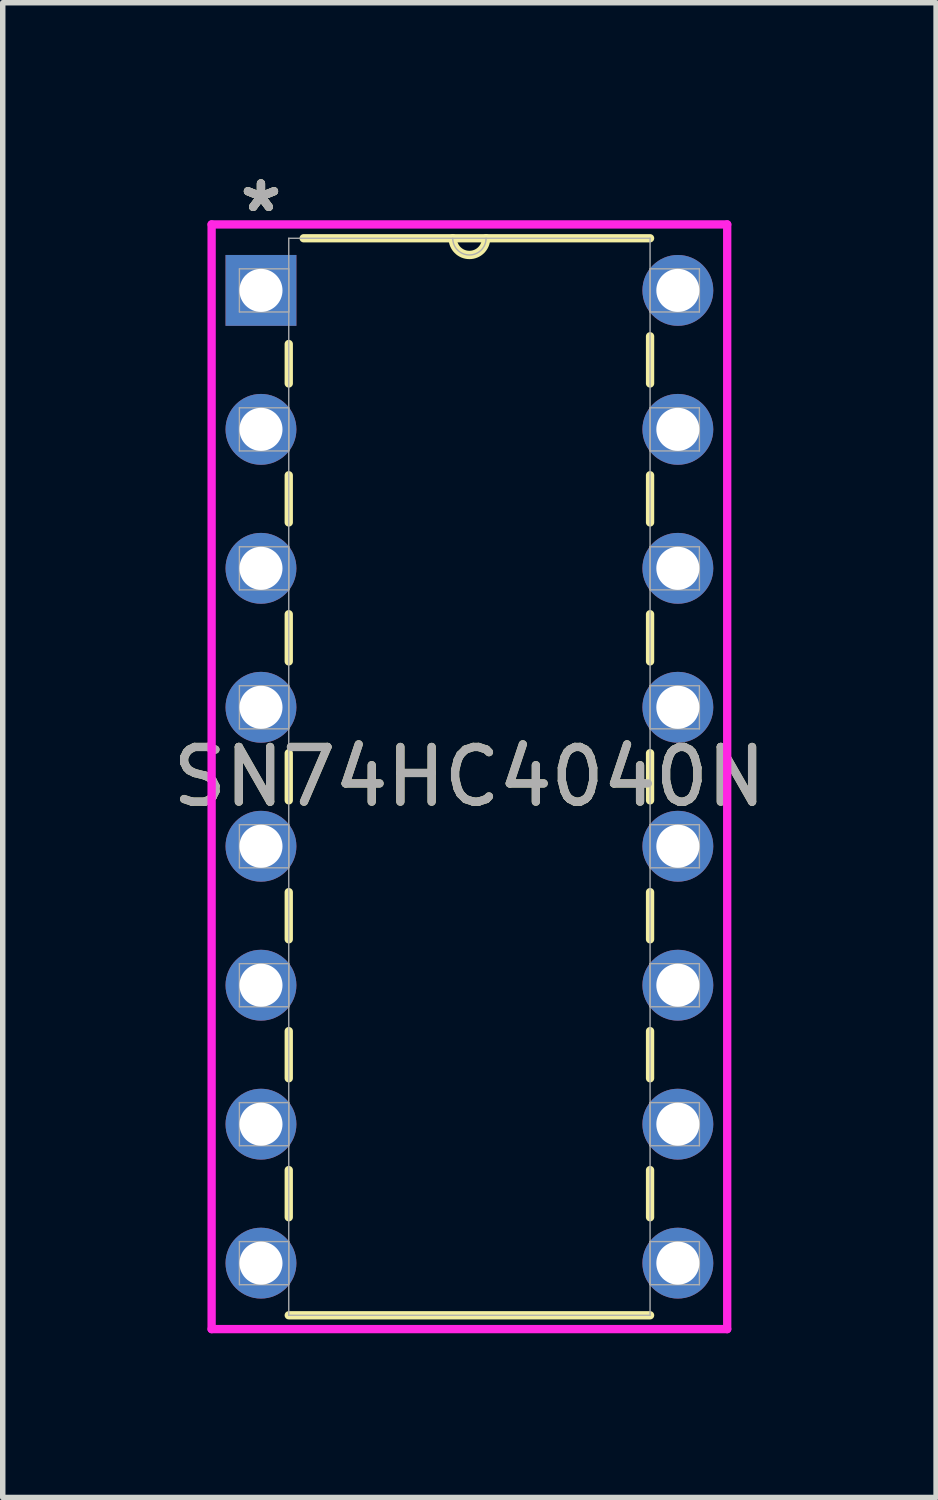
<source format=kicad_pcb>
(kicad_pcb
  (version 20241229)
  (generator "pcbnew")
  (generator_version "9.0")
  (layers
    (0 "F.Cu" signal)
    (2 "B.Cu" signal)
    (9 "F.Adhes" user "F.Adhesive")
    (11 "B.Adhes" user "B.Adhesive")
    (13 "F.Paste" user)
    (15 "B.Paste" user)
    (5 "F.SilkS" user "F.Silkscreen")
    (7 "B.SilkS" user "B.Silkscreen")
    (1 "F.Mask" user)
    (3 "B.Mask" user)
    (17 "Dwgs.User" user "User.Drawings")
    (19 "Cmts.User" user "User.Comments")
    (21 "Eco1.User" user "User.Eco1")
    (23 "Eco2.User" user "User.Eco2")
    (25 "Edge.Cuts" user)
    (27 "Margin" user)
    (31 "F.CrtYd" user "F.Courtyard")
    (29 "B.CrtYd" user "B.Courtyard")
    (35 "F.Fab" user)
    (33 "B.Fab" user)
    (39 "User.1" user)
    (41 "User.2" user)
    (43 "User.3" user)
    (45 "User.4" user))
  (footprint "SN74HC4040N"
    (layer "F.Cu")
    (at 9.34 20.038)
    (property "Reference" "SN74HC4040N" (at -3.81 -8.89 0) (unlocked yes) (layer "F.SilkS") (effects (font (size 1 1) (thickness 0.15))))
    (attr through_hole)
    (fp_line (start -7.112 -16.8) (end -7.112 -16.079) (stroke (width 0.152) (type solid)) (layer "F.SilkS"))
    (fp_line (start -7.112 -14.401) (end -7.112 -13.539) (stroke (width 0.152) (type solid)) (layer "F.SilkS"))
    (fp_line (start -7.112 -11.861) (end -7.112 -10.999) (stroke (width 0.152) (type solid)) (layer "F.SilkS"))
    (fp_line (start -7.112 -9.321) (end -7.112 -8.459) (stroke (width 0.152) (type solid)) (layer "F.SilkS"))
    (fp_line (start -7.112 -6.781) (end -7.112 -5.919) (stroke (width 0.152) (type solid)) (layer "F.SilkS"))
    (fp_line (start -7.112 -4.241) (end -7.112 -3.379) (stroke (width 0.152) (type solid)) (layer "F.SilkS"))
    (fp_line (start -7.112 -1.701) (end -7.112 -0.839) (stroke (width 0.152) (type solid)) (layer "F.SilkS"))
    (fp_line (start -7.112 0.953) (end -0.508 0.953) (stroke (width 0.152) (type solid)) (layer "F.SilkS"))
    (fp_line (start -0.508 -18.733) (end -6.839 -18.733) (stroke (width 0.152) (type solid)) (layer "F.SilkS"))
    (fp_line (start -0.508 -16.079) (end -0.508 -16.941) (stroke (width 0.152) (type solid)) (layer "F.SilkS"))
    (fp_line (start -0.508 -13.539) (end -0.508 -14.401) (stroke (width 0.152) (type solid)) (layer "F.SilkS"))
    (fp_line (start -0.508 -10.999) (end -0.508 -11.861) (stroke (width 0.152) (type solid)) (layer "F.SilkS"))
    (fp_line (start -0.508 -8.459) (end -0.508 -9.321) (stroke (width 0.152) (type solid)) (layer "F.SilkS"))
    (fp_line (start -0.508 -5.919) (end -0.508 -6.781) (stroke (width 0.152) (type solid)) (layer "F.SilkS"))
    (fp_line (start -0.508 -3.379) (end -0.508 -4.241) (stroke (width 0.152) (type solid)) (layer "F.SilkS"))
    (fp_line (start -0.508 -0.839) (end -0.508 -1.701) (stroke (width 0.152) (type solid)) (layer "F.SilkS"))
    (fp_arc (start -3.5052 -18.7325) (mid -3.81 -18.4277) (end -4.1148 -18.7325) (stroke (width 0.1524) (type solid)) (layer "F.SilkS"))
    (fp_line (start -8.522 -18.986) (end -8.522 1.206) (stroke (width 0.152) (type solid)) (layer "F.CrtYd"))
    (fp_line (start -8.522 1.206) (end 0.902 1.206) (stroke (width 0.152) (type solid)) (layer "F.CrtYd"))
    (fp_line (start 0.902 -18.986) (end -8.522 -18.986) (stroke (width 0.152) (type solid)) (layer "F.CrtYd"))
    (fp_line (start 0.902 1.206) (end 0.902 -18.986) (stroke (width 0.152) (type solid)) (layer "F.CrtYd"))
    (fp_line (start -8.014 -18.174) (end -8.014 -17.386) (stroke (width 0.025) (type solid)) (layer "F.Fab"))
    (fp_line (start -8.014 -17.386) (end -7.112 -17.386) (stroke (width 0.025) (type solid)) (layer "F.Fab"))
    (fp_line (start -8.014 -15.634) (end -8.014 -14.846) (stroke (width 0.025) (type solid)) (layer "F.Fab"))
    (fp_line (start -8.014 -14.846) (end -7.112 -14.846) (stroke (width 0.025) (type solid)) (layer "F.Fab"))
    (fp_line (start -8.014 -13.094) (end -8.014 -12.306) (stroke (width 0.025) (type solid)) (layer "F.Fab"))
    (fp_line (start -8.014 -12.306) (end -7.112 -12.306) (stroke (width 0.025) (type solid)) (layer "F.Fab"))
    (fp_line (start -8.014 -10.554) (end -8.014 -9.766) (stroke (width 0.025) (type solid)) (layer "F.Fab"))
    (fp_line (start -8.014 -9.766) (end -7.112 -9.766) (stroke (width 0.025) (type solid)) (layer "F.Fab"))
    (fp_line (start -8.014 -8.014) (end -8.014 -7.226) (stroke (width 0.025) (type solid)) (layer "F.Fab"))
    (fp_line (start -8.014 -7.226) (end -7.112 -7.226) (stroke (width 0.025) (type solid)) (layer "F.Fab"))
    (fp_line (start -8.014 -5.474) (end -8.014 -4.686) (stroke (width 0.025) (type solid)) (layer "F.Fab"))
    (fp_line (start -8.014 -4.686) (end -7.112 -4.686) (stroke (width 0.025) (type solid)) (layer "F.Fab"))
    (fp_line (start -8.014 -2.934) (end -8.014 -2.146) (stroke (width 0.025) (type solid)) (layer "F.Fab"))
    (fp_line (start -8.014 -2.146) (end -7.112 -2.146) (stroke (width 0.025) (type solid)) (layer "F.Fab"))
    (fp_line (start -8.014 -0.394) (end -8.014 0.394) (stroke (width 0.025) (type solid)) (layer "F.Fab"))
    (fp_line (start -8.014 0.394) (end -7.112 0.394) (stroke (width 0.025) (type solid)) (layer "F.Fab"))
    (fp_line (start -7.112 -18.733) (end -7.112 0.953) (stroke (width 0.025) (type solid)) (layer "F.Fab"))
    (fp_line (start -7.112 -18.174) (end -8.014 -18.174) (stroke (width 0.025) (type solid)) (layer "F.Fab"))
    (fp_line (start -7.112 -17.386) (end -7.112 -18.174) (stroke (width 0.025) (type solid)) (layer "F.Fab"))
    (fp_line (start -7.112 -15.634) (end -8.014 -15.634) (stroke (width 0.025) (type solid)) (layer "F.Fab"))
    (fp_line (start -7.112 -14.846) (end -7.112 -15.634) (stroke (width 0.025) (type solid)) (layer "F.Fab"))
    (fp_line (start -7.112 -13.094) (end -8.014 -13.094) (stroke (width 0.025) (type solid)) (layer "F.Fab"))
    (fp_line (start -7.112 -12.306) (end -7.112 -13.094) (stroke (width 0.025) (type solid)) (layer "F.Fab"))
    (fp_line (start -7.112 -10.554) (end -8.014 -10.554) (stroke (width 0.025) (type solid)) (layer "F.Fab"))
    (fp_line (start -7.112 -9.766) (end -7.112 -10.554) (stroke (width 0.025) (type solid)) (layer "F.Fab"))
    (fp_line (start -7.112 -8.014) (end -8.014 -8.014) (stroke (width 0.025) (type solid)) (layer "F.Fab"))
    (fp_line (start -7.112 -7.226) (end -7.112 -8.014) (stroke (width 0.025) (type solid)) (layer "F.Fab"))
    (fp_line (start -7.112 -5.474) (end -8.014 -5.474) (stroke (width 0.025) (type solid)) (layer "F.Fab"))
    (fp_line (start -7.112 -4.686) (end -7.112 -5.474) (stroke (width 0.025) (type solid)) (layer "F.Fab"))
    (fp_line (start -7.112 -2.934) (end -8.014 -2.934) (stroke (width 0.025) (type solid)) (layer "F.Fab"))
    (fp_line (start -7.112 -2.146) (end -7.112 -2.934) (stroke (width 0.025) (type solid)) (layer "F.Fab"))
    (fp_line (start -7.112 -0.394) (end -8.014 -0.394) (stroke (width 0.025) (type solid)) (layer "F.Fab"))
    (fp_line (start -7.112 0.394) (end -7.112 -0.394) (stroke (width 0.025) (type solid)) (layer "F.Fab"))
    (fp_line (start -7.112 0.953) (end -0.508 0.953) (stroke (width 0.025) (type solid)) (layer "F.Fab"))
    (fp_line (start -0.508 -18.733) (end -7.112 -18.733) (stroke (width 0.025) (type solid)) (layer "F.Fab"))
    (fp_line (start -0.508 -18.174) (end -0.508 -17.386) (stroke (width 0.025) (type solid)) (layer "F.Fab"))
    (fp_line (start -0.508 -17.386) (end 0.394 -17.386) (stroke (width 0.025) (type solid)) (layer "F.Fab"))
    (fp_line (start -0.508 -15.634) (end -0.508 -14.846) (stroke (width 0.025) (type solid)) (layer "F.Fab"))
    (fp_line (start -0.508 -14.846) (end 0.394 -14.846) (stroke (width 0.025) (type solid)) (layer "F.Fab"))
    (fp_line (start -0.508 -13.094) (end -0.508 -12.306) (stroke (width 0.025) (type solid)) (layer "F.Fab"))
    (fp_line (start -0.508 -12.306) (end 0.394 -12.306) (stroke (width 0.025) (type solid)) (layer "F.Fab"))
    (fp_line (start -0.508 -10.554) (end -0.508 -9.766) (stroke (width 0.025) (type solid)) (layer "F.Fab"))
    (fp_line (start -0.508 -9.766) (end 0.394 -9.766) (stroke (width 0.025) (type solid)) (layer "F.Fab"))
    (fp_line (start -0.508 -8.014) (end -0.508 -7.226) (stroke (width 0.025) (type solid)) (layer "F.Fab"))
    (fp_line (start -0.508 -7.226) (end 0.394 -7.226) (stroke (width 0.025) (type solid)) (layer "F.Fab"))
    (fp_line (start -0.508 -5.474) (end -0.508 -4.686) (stroke (width 0.025) (type solid)) (layer "F.Fab"))
    (fp_line (start -0.508 -4.686) (end 0.394 -4.686) (stroke (width 0.025) (type solid)) (layer "F.Fab"))
    (fp_line (start -0.508 -2.934) (end -0.508 -2.146) (stroke (width 0.025) (type solid)) (layer "F.Fab"))
    (fp_line (start -0.508 -2.146) (end 0.394 -2.146) (stroke (width 0.025) (type solid)) (layer "F.Fab"))
    (fp_line (start -0.508 -0.394) (end -0.508 0.394) (stroke (width 0.025) (type solid)) (layer "F.Fab"))
    (fp_line (start -0.508 0.394) (end 0.394 0.394) (stroke (width 0.025) (type solid)) (layer "F.Fab"))
    (fp_line (start -0.508 0.953) (end -0.508 -18.733) (stroke (width 0.025) (type solid)) (layer "F.Fab"))
    (fp_line (start 0.394 -18.174) (end -0.508 -18.174) (stroke (width 0.025) (type solid)) (layer "F.Fab"))
    (fp_line (start 0.394 -17.386) (end 0.394 -18.174) (stroke (width 0.025) (type solid)) (layer "F.Fab"))
    (fp_line (start 0.394 -15.634) (end -0.508 -15.634) (stroke (width 0.025) (type solid)) (layer "F.Fab"))
    (fp_line (start 0.394 -14.846) (end 0.394 -15.634) (stroke (width 0.025) (type solid)) (layer "F.Fab"))
    (fp_line (start 0.394 -13.094) (end -0.508 -13.094) (stroke (width 0.025) (type solid)) (layer "F.Fab"))
    (fp_line (start 0.394 -12.306) (end 0.394 -13.094) (stroke (width 0.025) (type solid)) (layer "F.Fab"))
    (fp_line (start 0.394 -10.554) (end -0.508 -10.554) (stroke (width 0.025) (type solid)) (layer "F.Fab"))
    (fp_line (start 0.394 -9.766) (end 0.394 -10.554) (stroke (width 0.025) (type solid)) (layer "F.Fab"))
    (fp_line (start 0.394 -8.014) (end -0.508 -8.014) (stroke (width 0.025) (type solid)) (layer "F.Fab"))
    (fp_line (start 0.394 -7.226) (end 0.394 -8.014) (stroke (width 0.025) (type solid)) (layer "F.Fab"))
    (fp_line (start 0.394 -5.474) (end -0.508 -5.474) (stroke (width 0.025) (type solid)) (layer "F.Fab"))
    (fp_line (start 0.394 -4.686) (end 0.394 -5.474) (stroke (width 0.025) (type solid)) (layer "F.Fab"))
    (fp_line (start 0.394 -2.934) (end -0.508 -2.934) (stroke (width 0.025) (type solid)) (layer "F.Fab"))
    (fp_line (start 0.394 -2.146) (end 0.394 -2.934) (stroke (width 0.025) (type solid)) (layer "F.Fab"))
    (fp_line (start 0.394 -0.394) (end -0.508 -0.394) (stroke (width 0.025) (type solid)) (layer "F.Fab"))
    (fp_line (start 0.394 0.394) (end 0.394 -0.394) (stroke (width 0.025) (type solid)) (layer "F.Fab"))
    (fp_arc (start -3.5052 -18.7325) (mid -3.81 -18.4277) (end -4.1148 -18.7325) (stroke (width 0.0254) (type solid)) (layer "F.Fab"))
    (fp_text user "*" (at -7.62 -19.19 0) (unlocked yes) (layer "F.SilkS") (effects (font (size 1 1) (thickness 0.15))))
    (fp_text user "*" (at -7.62 -19.19 0) (layer "F.SilkS") (effects (font (size 1 1) (thickness 0.15))))
    (fp_text user "${REFERENCE}" (at -3.81 -8.89 0) (unlocked yes) (layer "F.Fab") (effects (font (size 1 1) (thickness 0.15))))
    (fp_text user "*" (at -7.62 -19.19 0) (layer "F.Fab") (effects (font (size 1 1) (thickness 0.15))))
    (fp_text user "*" (at -7.62 -19.19 0) (unlocked yes) (layer "F.Fab") (effects (font (size 1 1) (thickness 0.15))))
    (pad "1" thru_hole rect (at -7.62 -17.78) (size 1.295 1.295) (drill 0.787) (layers "*.Cu" "*.Mask"))
    (pad "2" thru_hole circle (at -7.62 -15.24) (size 1.295 1.295) (drill 0.787) (layers "*.Cu" "*.Mask"))
    (pad "3" thru_hole circle (at -7.62 -12.7) (size 1.295 1.295) (drill 0.787) (layers "*.Cu" "*.Mask"))
    (pad "4" thru_hole circle (at -7.62 -10.16) (size 1.295 1.295) (drill 0.787) (layers "*.Cu" "*.Mask"))
    (pad "5" thru_hole circle (at -7.62 -7.62) (size 1.295 1.295) (drill 0.787) (layers "*.Cu" "*.Mask"))
    (pad "6" thru_hole circle (at -7.62 -5.08) (size 1.295 1.295) (drill 0.787) (layers "*.Cu" "*.Mask"))
    (pad "7" thru_hole circle (at -7.62 -2.54) (size 1.295 1.295) (drill 0.787) (layers "*.Cu" "*.Mask"))
    (pad "8" thru_hole circle (at -7.62 0) (size 1.295 1.295) (drill 0.787) (layers "*.Cu" "*.Mask"))
    (pad "9" thru_hole circle (at 0 0) (size 1.295 1.295) (drill 0.787) (layers "*.Cu" "*.Mask"))
    (pad "10" thru_hole circle (at 0 -2.54) (size 1.295 1.295) (drill 0.787) (layers "*.Cu" "*.Mask"))
    (pad "11" thru_hole circle (at 0 -5.08) (size 1.295 1.295) (drill 0.787) (layers "*.Cu" "*.Mask"))
    (pad "12" thru_hole circle (at 0 -7.62) (size 1.295 1.295) (drill 0.787) (layers "*.Cu" "*.Mask"))
    (pad "13" thru_hole circle (at 0 -10.16) (size 1.295 1.295) (drill 0.787) (layers "*.Cu" "*.Mask"))
    (pad "14" thru_hole circle (at 0 -12.7) (size 1.295 1.295) (drill 0.787) (layers "*.Cu" "*.Mask"))
    (pad "15" thru_hole circle (at 0 -15.24) (size 1.295 1.295) (drill 0.787) (layers "*.Cu" "*.Mask"))
    (pad "16" thru_hole circle (at 0 -17.78) (size 1.295 1.295) (drill 0.787) (layers "*.Cu" "*.Mask")))
  (gr_rect
    (start -3 -3)
    (end 14.06 24.321)
    (stroke (width 0.1) (type default))
    (fill no)
    (layer "Edge.Cuts")))
</source>
